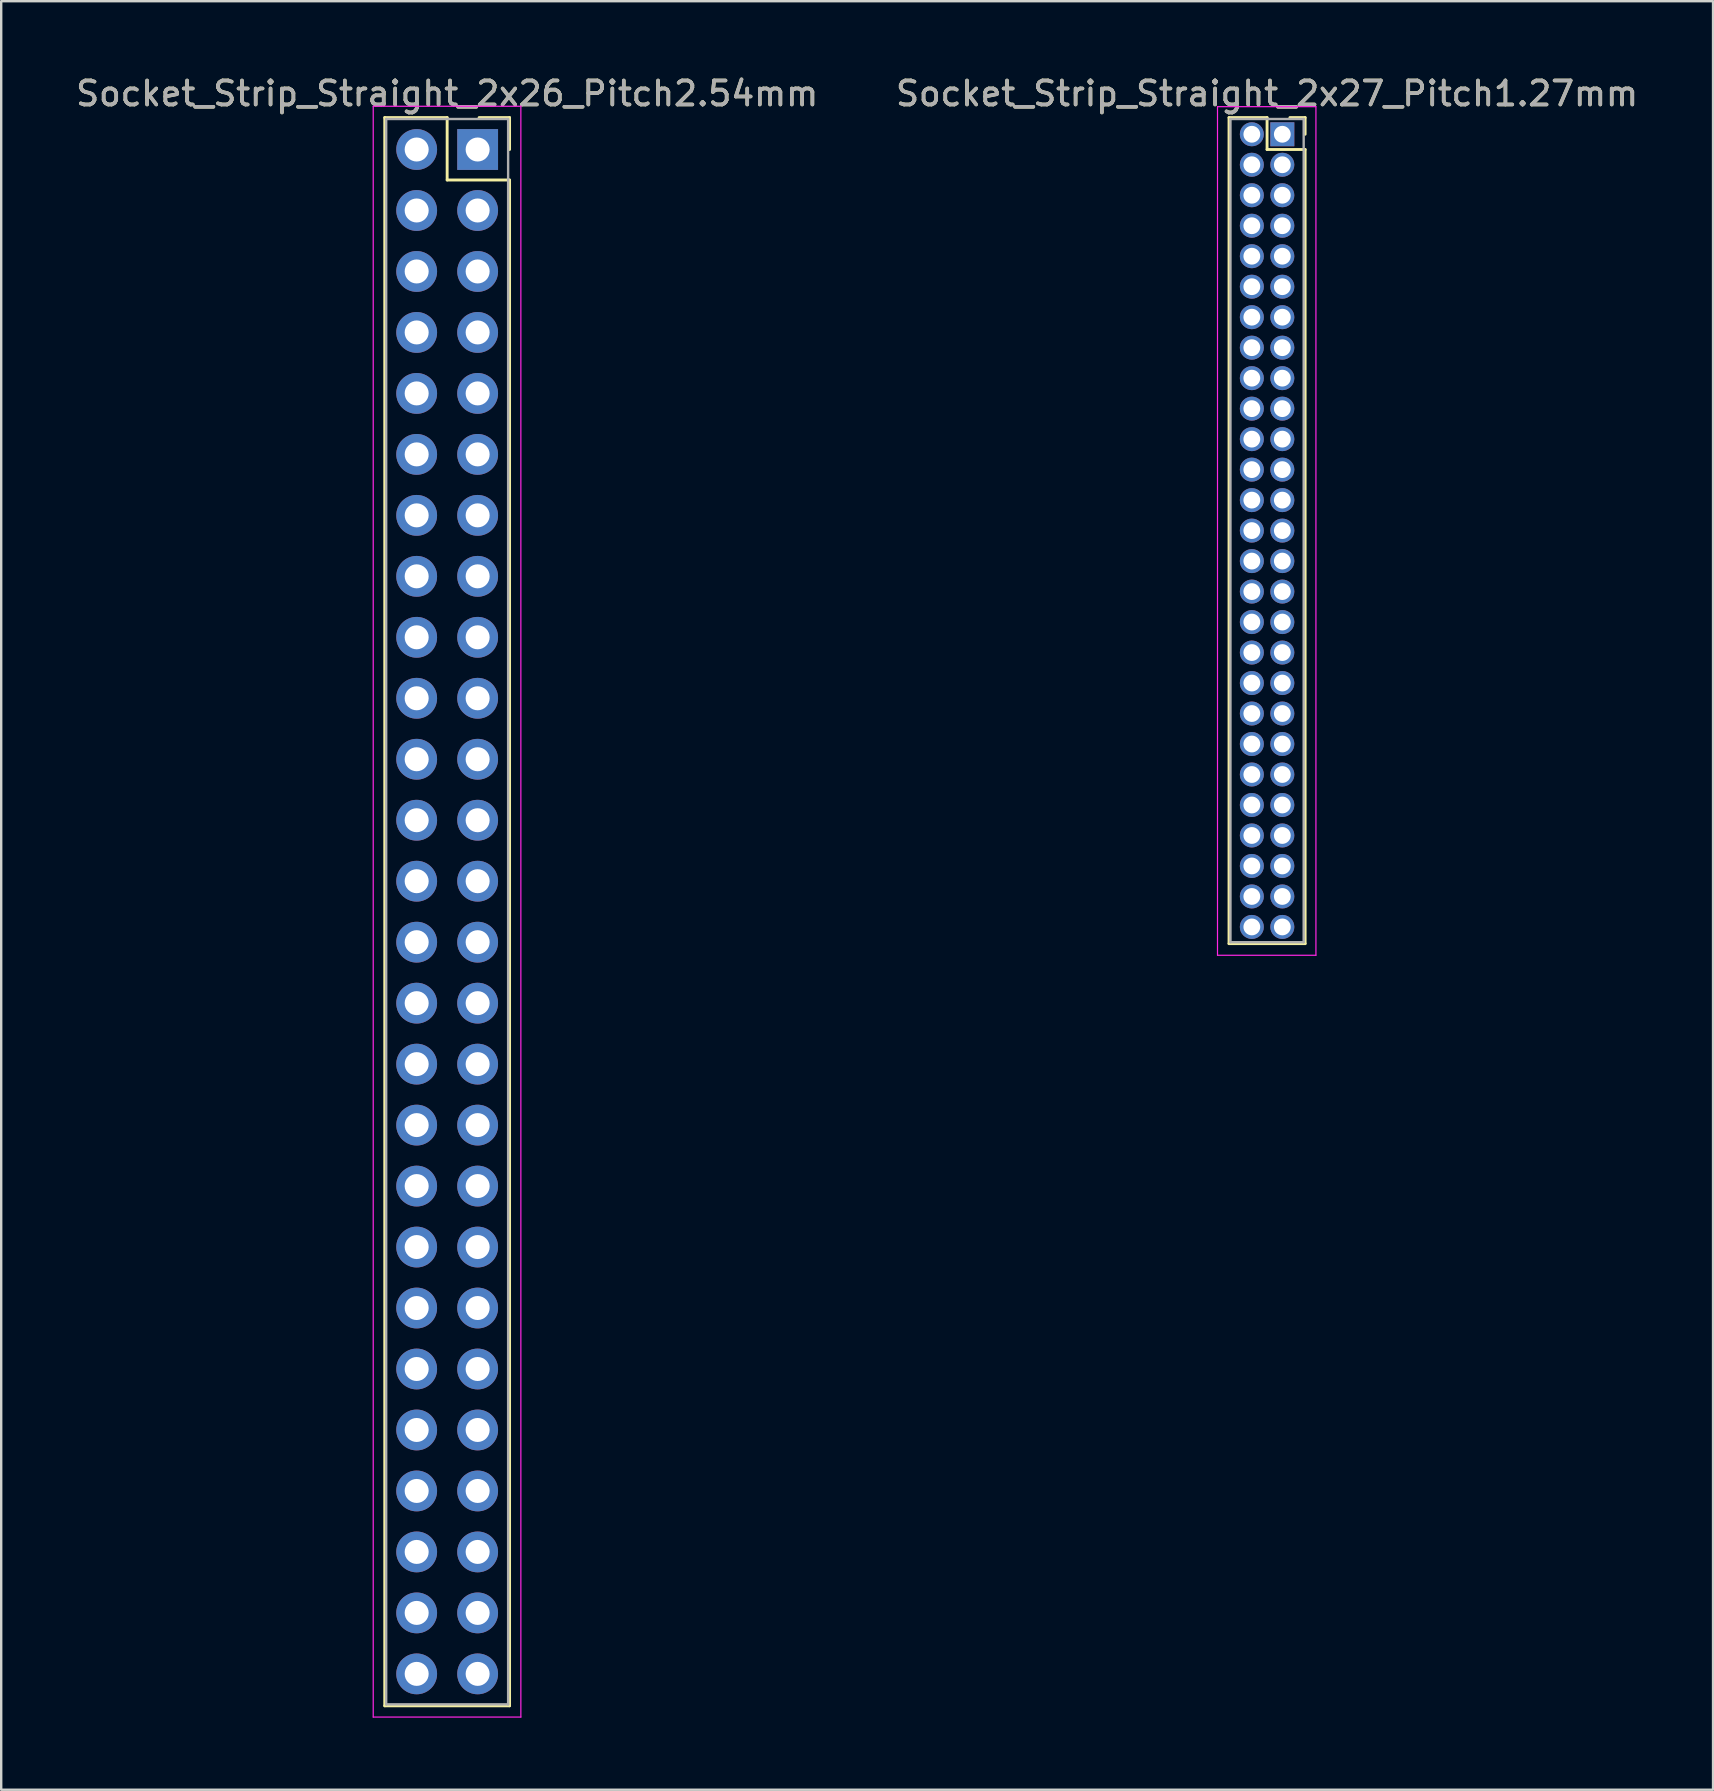
<source format=kicad_pcb>
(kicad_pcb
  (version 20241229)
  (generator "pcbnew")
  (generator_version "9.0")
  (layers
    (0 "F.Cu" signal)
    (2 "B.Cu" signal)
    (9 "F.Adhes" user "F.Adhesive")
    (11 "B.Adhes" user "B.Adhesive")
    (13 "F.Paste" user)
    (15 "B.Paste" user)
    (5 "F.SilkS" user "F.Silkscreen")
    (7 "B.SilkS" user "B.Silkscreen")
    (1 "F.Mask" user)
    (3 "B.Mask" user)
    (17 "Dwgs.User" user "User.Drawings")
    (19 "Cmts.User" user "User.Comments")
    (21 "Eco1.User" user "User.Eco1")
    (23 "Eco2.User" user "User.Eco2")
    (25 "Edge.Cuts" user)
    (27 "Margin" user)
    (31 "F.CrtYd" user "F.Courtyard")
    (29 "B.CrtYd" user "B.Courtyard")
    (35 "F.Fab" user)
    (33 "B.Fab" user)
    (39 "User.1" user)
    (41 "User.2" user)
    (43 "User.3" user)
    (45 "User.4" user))
  (footprint "Socket_Strip_Straight_2x27_Pitch1.27mm"
    (layer "F.Cu")
    (at 50.367 2.543)
    (property "Reference" "Socket_Strip_Straight_2x27_Pitch1.27mm" (at -0.635 -1.695 0) (layer "F.SilkS") (effects (font (size 1 1) (thickness 0.15))))
    (attr through_hole)
    (fp_line (start -2.22 -0.695) (end -0.635 -0.695) (stroke (width 0.12) (type solid)) (layer "F.SilkS"))
    (fp_line (start -2.22 33.715) (end -2.22 -0.695) (stroke (width 0.12) (type solid)) (layer "F.SilkS"))
    (fp_line (start -0.635 -0.695) (end -0.635 0.635) (stroke (width 0.12) (type solid)) (layer "F.SilkS"))
    (fp_line (start -0.635 0.635) (end 0.95 0.635) (stroke (width 0.12) (type solid)) (layer "F.SilkS"))
    (fp_line (start 0.95 -0.695) (end 0.315 -0.695) (stroke (width 0.12) (type solid)) (layer "F.SilkS"))
    (fp_line (start 0.95 0) (end 0.95 -0.695) (stroke (width 0.12) (type solid)) (layer "F.SilkS"))
    (fp_line (start 0.95 0.635) (end 0.95 33.715) (stroke (width 0.12) (type solid)) (layer "F.SilkS"))
    (fp_line (start 0.95 33.715) (end -2.22 33.715) (stroke (width 0.12) (type solid)) (layer "F.SilkS"))
    (fp_line (start -2.7 -1.15) (end -2.7 34.2) (stroke (width 0.05) (type solid)) (layer "F.CrtYd"))
    (fp_line (start -2.7 34.2) (end 1.4 34.2) (stroke (width 0.05) (type solid)) (layer "F.CrtYd"))
    (fp_line (start 1.4 -1.15) (end -2.7 -1.15) (stroke (width 0.05) (type solid)) (layer "F.CrtYd"))
    (fp_line (start 1.4 34.2) (end 1.4 -1.15) (stroke (width 0.05) (type solid)) (layer "F.CrtYd"))
    (fp_line (start -2.16 -0.635) (end -2.16 33.655) (stroke (width 0.1) (type solid)) (layer "F.Fab"))
    (fp_line (start -2.16 33.655) (end 0.89 33.655) (stroke (width 0.1) (type solid)) (layer "F.Fab"))
    (fp_line (start 0.89 -0.635) (end -2.16 -0.635) (stroke (width 0.1) (type solid)) (layer "F.Fab"))
    (fp_line (start 0.89 33.655) (end 0.89 -0.635) (stroke (width 0.1) (type solid)) (layer "F.Fab"))
    (fp_text user "${REFERENCE}" (at -0.635 -1.695 0) (layer "F.Fab") (effects (font (size 1 1) (thickness 0.15))))
    (pad "1" thru_hole rect (at 0 0) (size 1 1) (drill 0.7) (layers "*.Cu" "*.Mask"))
    (pad "2" thru_hole oval (at -1.27 0) (size 1 1) (drill 0.7) (layers "*.Cu" "*.Mask"))
    (pad "3" thru_hole oval (at 0 1.27) (size 1 1) (drill 0.7) (layers "*.Cu" "*.Mask"))
    (pad "4" thru_hole oval (at -1.27 1.27) (size 1 1) (drill 0.7) (layers "*.Cu" "*.Mask"))
    (pad "5" thru_hole oval (at 0 2.54) (size 1 1) (drill 0.7) (layers "*.Cu" "*.Mask"))
    (pad "6" thru_hole oval (at -1.27 2.54) (size 1 1) (drill 0.7) (layers "*.Cu" "*.Mask"))
    (pad "7" thru_hole oval (at 0 3.81) (size 1 1) (drill 0.7) (layers "*.Cu" "*.Mask"))
    (pad "8" thru_hole oval (at -1.27 3.81) (size 1 1) (drill 0.7) (layers "*.Cu" "*.Mask"))
    (pad "9" thru_hole oval (at 0 5.08) (size 1 1) (drill 0.7) (layers "*.Cu" "*.Mask"))
    (pad "10" thru_hole oval (at -1.27 5.08) (size 1 1) (drill 0.7) (layers "*.Cu" "*.Mask"))
    (pad "11" thru_hole oval (at 0 6.35) (size 1 1) (drill 0.7) (layers "*.Cu" "*.Mask"))
    (pad "12" thru_hole oval (at -1.27 6.35) (size 1 1) (drill 0.7) (layers "*.Cu" "*.Mask"))
    (pad "13" thru_hole oval (at 0 7.62) (size 1 1) (drill 0.7) (layers "*.Cu" "*.Mask"))
    (pad "14" thru_hole oval (at -1.27 7.62) (size 1 1) (drill 0.7) (layers "*.Cu" "*.Mask"))
    (pad "15" thru_hole oval (at 0 8.89) (size 1 1) (drill 0.7) (layers "*.Cu" "*.Mask"))
    (pad "16" thru_hole oval (at -1.27 8.89) (size 1 1) (drill 0.7) (layers "*.Cu" "*.Mask"))
    (pad "17" thru_hole oval (at 0 10.16) (size 1 1) (drill 0.7) (layers "*.Cu" "*.Mask"))
    (pad "18" thru_hole oval (at -1.27 10.16) (size 1 1) (drill 0.7) (layers "*.Cu" "*.Mask"))
    (pad "19" thru_hole oval (at 0 11.43) (size 1 1) (drill 0.7) (layers "*.Cu" "*.Mask"))
    (pad "20" thru_hole oval (at -1.27 11.43) (size 1 1) (drill 0.7) (layers "*.Cu" "*.Mask"))
    (pad "21" thru_hole oval (at 0 12.7) (size 1 1) (drill 0.7) (layers "*.Cu" "*.Mask"))
    (pad "22" thru_hole oval (at -1.27 12.7) (size 1 1) (drill 0.7) (layers "*.Cu" "*.Mask"))
    (pad "23" thru_hole oval (at 0 13.97) (size 1 1) (drill 0.7) (layers "*.Cu" "*.Mask"))
    (pad "24" thru_hole oval (at -1.27 13.97) (size 1 1) (drill 0.7) (layers "*.Cu" "*.Mask"))
    (pad "25" thru_hole oval (at 0 15.24) (size 1 1) (drill 0.7) (layers "*.Cu" "*.Mask"))
    (pad "26" thru_hole oval (at -1.27 15.24) (size 1 1) (drill 0.7) (layers "*.Cu" "*.Mask"))
    (pad "27" thru_hole oval (at 0 16.51) (size 1 1) (drill 0.7) (layers "*.Cu" "*.Mask"))
    (pad "28" thru_hole oval (at -1.27 16.51) (size 1 1) (drill 0.7) (layers "*.Cu" "*.Mask"))
    (pad "29" thru_hole oval (at 0 17.78) (size 1 1) (drill 0.7) (layers "*.Cu" "*.Mask"))
    (pad "30" thru_hole oval (at -1.27 17.78) (size 1 1) (drill 0.7) (layers "*.Cu" "*.Mask"))
    (pad "31" thru_hole oval (at 0 19.05) (size 1 1) (drill 0.7) (layers "*.Cu" "*.Mask"))
    (pad "32" thru_hole oval (at -1.27 19.05) (size 1 1) (drill 0.7) (layers "*.Cu" "*.Mask"))
    (pad "33" thru_hole oval (at 0 20.32) (size 1 1) (drill 0.7) (layers "*.Cu" "*.Mask"))
    (pad "34" thru_hole oval (at -1.27 20.32) (size 1 1) (drill 0.7) (layers "*.Cu" "*.Mask"))
    (pad "35" thru_hole oval (at 0 21.59) (size 1 1) (drill 0.7) (layers "*.Cu" "*.Mask"))
    (pad "36" thru_hole oval (at -1.27 21.59) (size 1 1) (drill 0.7) (layers "*.Cu" "*.Mask"))
    (pad "37" thru_hole oval (at 0 22.86) (size 1 1) (drill 0.7) (layers "*.Cu" "*.Mask"))
    (pad "38" thru_hole oval (at -1.27 22.86) (size 1 1) (drill 0.7) (layers "*.Cu" "*.Mask"))
    (pad "39" thru_hole oval (at 0 24.13) (size 1 1) (drill 0.7) (layers "*.Cu" "*.Mask"))
    (pad "40" thru_hole oval (at -1.27 24.13) (size 1 1) (drill 0.7) (layers "*.Cu" "*.Mask"))
    (pad "41" thru_hole oval (at 0 25.4) (size 1 1) (drill 0.7) (layers "*.Cu" "*.Mask"))
    (pad "42" thru_hole oval (at -1.27 25.4) (size 1 1) (drill 0.7) (layers "*.Cu" "*.Mask"))
    (pad "43" thru_hole oval (at 0 26.67) (size 1 1) (drill 0.7) (layers "*.Cu" "*.Mask"))
    (pad "44" thru_hole oval (at -1.27 26.67) (size 1 1) (drill 0.7) (layers "*.Cu" "*.Mask"))
    (pad "45" thru_hole oval (at 0 27.94) (size 1 1) (drill 0.7) (layers "*.Cu" "*.Mask"))
    (pad "46" thru_hole oval (at -1.27 27.94) (size 1 1) (drill 0.7) (layers "*.Cu" "*.Mask"))
    (pad "47" thru_hole oval (at 0 29.21) (size 1 1) (drill 0.7) (layers "*.Cu" "*.Mask"))
    (pad "48" thru_hole oval (at -1.27 29.21) (size 1 1) (drill 0.7) (layers "*.Cu" "*.Mask"))
    (pad "49" thru_hole oval (at 0 30.48) (size 1 1) (drill 0.7) (layers "*.Cu" "*.Mask"))
    (pad "50" thru_hole oval (at -1.27 30.48) (size 1 1) (drill 0.7) (layers "*.Cu" "*.Mask"))
    (pad "51" thru_hole oval (at 0 31.75) (size 1 1) (drill 0.7) (layers "*.Cu" "*.Mask"))
    (pad "52" thru_hole oval (at -1.27 31.75) (size 1 1) (drill 0.7) (layers "*.Cu" "*.Mask"))
    (pad "53" thru_hole oval (at 0 33.02) (size 1 1) (drill 0.7) (layers "*.Cu" "*.Mask"))
    (pad "54" thru_hole oval (at -1.27 33.02) (size 1 1) (drill 0.7) (layers "*.Cu" "*.Mask")))
  (footprint "Socket_Strip_Straight_2x26_Pitch2.54mm"
    (layer "F.Cu")
    (at 16.847 3.178)
    (property "Reference" "Socket_Strip_Straight_2x26_Pitch2.54mm" (at -1.27 -2.33 0) (layer "F.SilkS") (effects (font (size 1 1) (thickness 0.15))))
    (attr through_hole)
    (fp_line (start -3.87 -1.33) (end -1.27 -1.33) (stroke (width 0.12) (type solid)) (layer "F.SilkS"))
    (fp_line (start -3.87 64.83) (end -3.87 -1.33) (stroke (width 0.12) (type solid)) (layer "F.SilkS"))
    (fp_line (start -1.27 -1.33) (end -1.27 1.27) (stroke (width 0.12) (type solid)) (layer "F.SilkS"))
    (fp_line (start -1.27 1.27) (end 1.33 1.27) (stroke (width 0.12) (type solid)) (layer "F.SilkS"))
    (fp_line (start 1.33 -1.33) (end 0.06 -1.33) (stroke (width 0.12) (type solid)) (layer "F.SilkS"))
    (fp_line (start 1.33 0) (end 1.33 -1.33) (stroke (width 0.12) (type solid)) (layer "F.SilkS"))
    (fp_line (start 1.33 1.27) (end 1.33 64.83) (stroke (width 0.12) (type solid)) (layer "F.SilkS"))
    (fp_line (start 1.33 64.83) (end -3.87 64.83) (stroke (width 0.12) (type solid)) (layer "F.SilkS"))
    (fp_line (start -4.35 -1.8) (end -4.35 65.3) (stroke (width 0.05) (type solid)) (layer "F.CrtYd"))
    (fp_line (start -4.35 65.3) (end 1.8 65.3) (stroke (width 0.05) (type solid)) (layer "F.CrtYd"))
    (fp_line (start 1.8 -1.8) (end -4.35 -1.8) (stroke (width 0.05) (type solid)) (layer "F.CrtYd"))
    (fp_line (start 1.8 65.3) (end 1.8 -1.8) (stroke (width 0.05) (type solid)) (layer "F.CrtYd"))
    (fp_line (start -3.81 -1.27) (end -3.81 64.77) (stroke (width 0.1) (type solid)) (layer "F.Fab"))
    (fp_line (start -3.81 64.77) (end 1.27 64.77) (stroke (width 0.1) (type solid)) (layer "F.Fab"))
    (fp_line (start 1.27 -1.27) (end -3.81 -1.27) (stroke (width 0.1) (type solid)) (layer "F.Fab"))
    (fp_line (start 1.27 64.77) (end 1.27 -1.27) (stroke (width 0.1) (type solid)) (layer "F.Fab"))
    (fp_text user "${REFERENCE}" (at -1.27 -2.33 0) (layer "F.Fab") (effects (font (size 1 1) (thickness 0.15))))
    (pad "1" thru_hole rect (at 0 0) (size 1.7 1.7) (drill 1) (layers "*.Cu" "*.Mask"))
    (pad "2" thru_hole oval (at -2.54 0) (size 1.7 1.7) (drill 1) (layers "*.Cu" "*.Mask"))
    (pad "3" thru_hole oval (at 0 2.54) (size 1.7 1.7) (drill 1) (layers "*.Cu" "*.Mask"))
    (pad "4" thru_hole oval (at -2.54 2.54) (size 1.7 1.7) (drill 1) (layers "*.Cu" "*.Mask"))
    (pad "5" thru_hole oval (at 0 5.08) (size 1.7 1.7) (drill 1) (layers "*.Cu" "*.Mask"))
    (pad "6" thru_hole oval (at -2.54 5.08) (size 1.7 1.7) (drill 1) (layers "*.Cu" "*.Mask"))
    (pad "7" thru_hole oval (at 0 7.62) (size 1.7 1.7) (drill 1) (layers "*.Cu" "*.Mask"))
    (pad "8" thru_hole oval (at -2.54 7.62) (size 1.7 1.7) (drill 1) (layers "*.Cu" "*.Mask"))
    (pad "9" thru_hole oval (at 0 10.16) (size 1.7 1.7) (drill 1) (layers "*.Cu" "*.Mask"))
    (pad "10" thru_hole oval (at -2.54 10.16) (size 1.7 1.7) (drill 1) (layers "*.Cu" "*.Mask"))
    (pad "11" thru_hole oval (at 0 12.7) (size 1.7 1.7) (drill 1) (layers "*.Cu" "*.Mask"))
    (pad "12" thru_hole oval (at -2.54 12.7) (size 1.7 1.7) (drill 1) (layers "*.Cu" "*.Mask"))
    (pad "13" thru_hole oval (at 0 15.24) (size 1.7 1.7) (drill 1) (layers "*.Cu" "*.Mask"))
    (pad "14" thru_hole oval (at -2.54 15.24) (size 1.7 1.7) (drill 1) (layers "*.Cu" "*.Mask"))
    (pad "15" thru_hole oval (at 0 17.78) (size 1.7 1.7) (drill 1) (layers "*.Cu" "*.Mask"))
    (pad "16" thru_hole oval (at -2.54 17.78) (size 1.7 1.7) (drill 1) (layers "*.Cu" "*.Mask"))
    (pad "17" thru_hole oval (at 0 20.32) (size 1.7 1.7) (drill 1) (layers "*.Cu" "*.Mask"))
    (pad "18" thru_hole oval (at -2.54 20.32) (size 1.7 1.7) (drill 1) (layers "*.Cu" "*.Mask"))
    (pad "19" thru_hole oval (at 0 22.86) (size 1.7 1.7) (drill 1) (layers "*.Cu" "*.Mask"))
    (pad "20" thru_hole oval (at -2.54 22.86) (size 1.7 1.7) (drill 1) (layers "*.Cu" "*.Mask"))
    (pad "21" thru_hole oval (at 0 25.4) (size 1.7 1.7) (drill 1) (layers "*.Cu" "*.Mask"))
    (pad "22" thru_hole oval (at -2.54 25.4) (size 1.7 1.7) (drill 1) (layers "*.Cu" "*.Mask"))
    (pad "23" thru_hole oval (at 0 27.94) (size 1.7 1.7) (drill 1) (layers "*.Cu" "*.Mask"))
    (pad "24" thru_hole oval (at -2.54 27.94) (size 1.7 1.7) (drill 1) (layers "*.Cu" "*.Mask"))
    (pad "25" thru_hole oval (at 0 30.48) (size 1.7 1.7) (drill 1) (layers "*.Cu" "*.Mask"))
    (pad "26" thru_hole oval (at -2.54 30.48) (size 1.7 1.7) (drill 1) (layers "*.Cu" "*.Mask"))
    (pad "27" thru_hole oval (at 0 33.02) (size 1.7 1.7) (drill 1) (layers "*.Cu" "*.Mask"))
    (pad "28" thru_hole oval (at -2.54 33.02) (size 1.7 1.7) (drill 1) (layers "*.Cu" "*.Mask"))
    (pad "29" thru_hole oval (at 0 35.56) (size 1.7 1.7) (drill 1) (layers "*.Cu" "*.Mask"))
    (pad "30" thru_hole oval (at -2.54 35.56) (size 1.7 1.7) (drill 1) (layers "*.Cu" "*.Mask"))
    (pad "31" thru_hole oval (at 0 38.1) (size 1.7 1.7) (drill 1) (layers "*.Cu" "*.Mask"))
    (pad "32" thru_hole oval (at -2.54 38.1) (size 1.7 1.7) (drill 1) (layers "*.Cu" "*.Mask"))
    (pad "33" thru_hole oval (at 0 40.64) (size 1.7 1.7) (drill 1) (layers "*.Cu" "*.Mask"))
    (pad "34" thru_hole oval (at -2.54 40.64) (size 1.7 1.7) (drill 1) (layers "*.Cu" "*.Mask"))
    (pad "35" thru_hole oval (at 0 43.18) (size 1.7 1.7) (drill 1) (layers "*.Cu" "*.Mask"))
    (pad "36" thru_hole oval (at -2.54 43.18) (size 1.7 1.7) (drill 1) (layers "*.Cu" "*.Mask"))
    (pad "37" thru_hole oval (at 0 45.72) (size 1.7 1.7) (drill 1) (layers "*.Cu" "*.Mask"))
    (pad "38" thru_hole oval (at -2.54 45.72) (size 1.7 1.7) (drill 1) (layers "*.Cu" "*.Mask"))
    (pad "39" thru_hole oval (at 0 48.26) (size 1.7 1.7) (drill 1) (layers "*.Cu" "*.Mask"))
    (pad "40" thru_hole oval (at -2.54 48.26) (size 1.7 1.7) (drill 1) (layers "*.Cu" "*.Mask"))
    (pad "41" thru_hole oval (at 0 50.8) (size 1.7 1.7) (drill 1) (layers "*.Cu" "*.Mask"))
    (pad "42" thru_hole oval (at -2.54 50.8) (size 1.7 1.7) (drill 1) (layers "*.Cu" "*.Mask"))
    (pad "43" thru_hole oval (at 0 53.34) (size 1.7 1.7) (drill 1) (layers "*.Cu" "*.Mask"))
    (pad "44" thru_hole oval (at -2.54 53.34) (size 1.7 1.7) (drill 1) (layers "*.Cu" "*.Mask"))
    (pad "45" thru_hole oval (at 0 55.88) (size 1.7 1.7) (drill 1) (layers "*.Cu" "*.Mask"))
    (pad "46" thru_hole oval (at -2.54 55.88) (size 1.7 1.7) (drill 1) (layers "*.Cu" "*.Mask"))
    (pad "47" thru_hole oval (at 0 58.42) (size 1.7 1.7) (drill 1) (layers "*.Cu" "*.Mask"))
    (pad "48" thru_hole oval (at -2.54 58.42) (size 1.7 1.7) (drill 1) (layers "*.Cu" "*.Mask"))
    (pad "49" thru_hole oval (at 0 60.96) (size 1.7 1.7) (drill 1) (layers "*.Cu" "*.Mask"))
    (pad "50" thru_hole oval (at -2.54 60.96) (size 1.7 1.7) (drill 1) (layers "*.Cu" "*.Mask"))
    (pad "51" thru_hole oval (at 0 63.5) (size 1.7 1.7) (drill 1) (layers "*.Cu" "*.Mask"))
    (pad "52" thru_hole oval (at -2.54 63.5) (size 1.7 1.7) (drill 1) (layers "*.Cu" "*.Mask")))
  (gr_rect
    (start -3 -3)
    (end 68.31 71.503)
    (stroke (width 0.1) (type default))
    (fill no)
    (layer "Edge.Cuts")))
</source>
